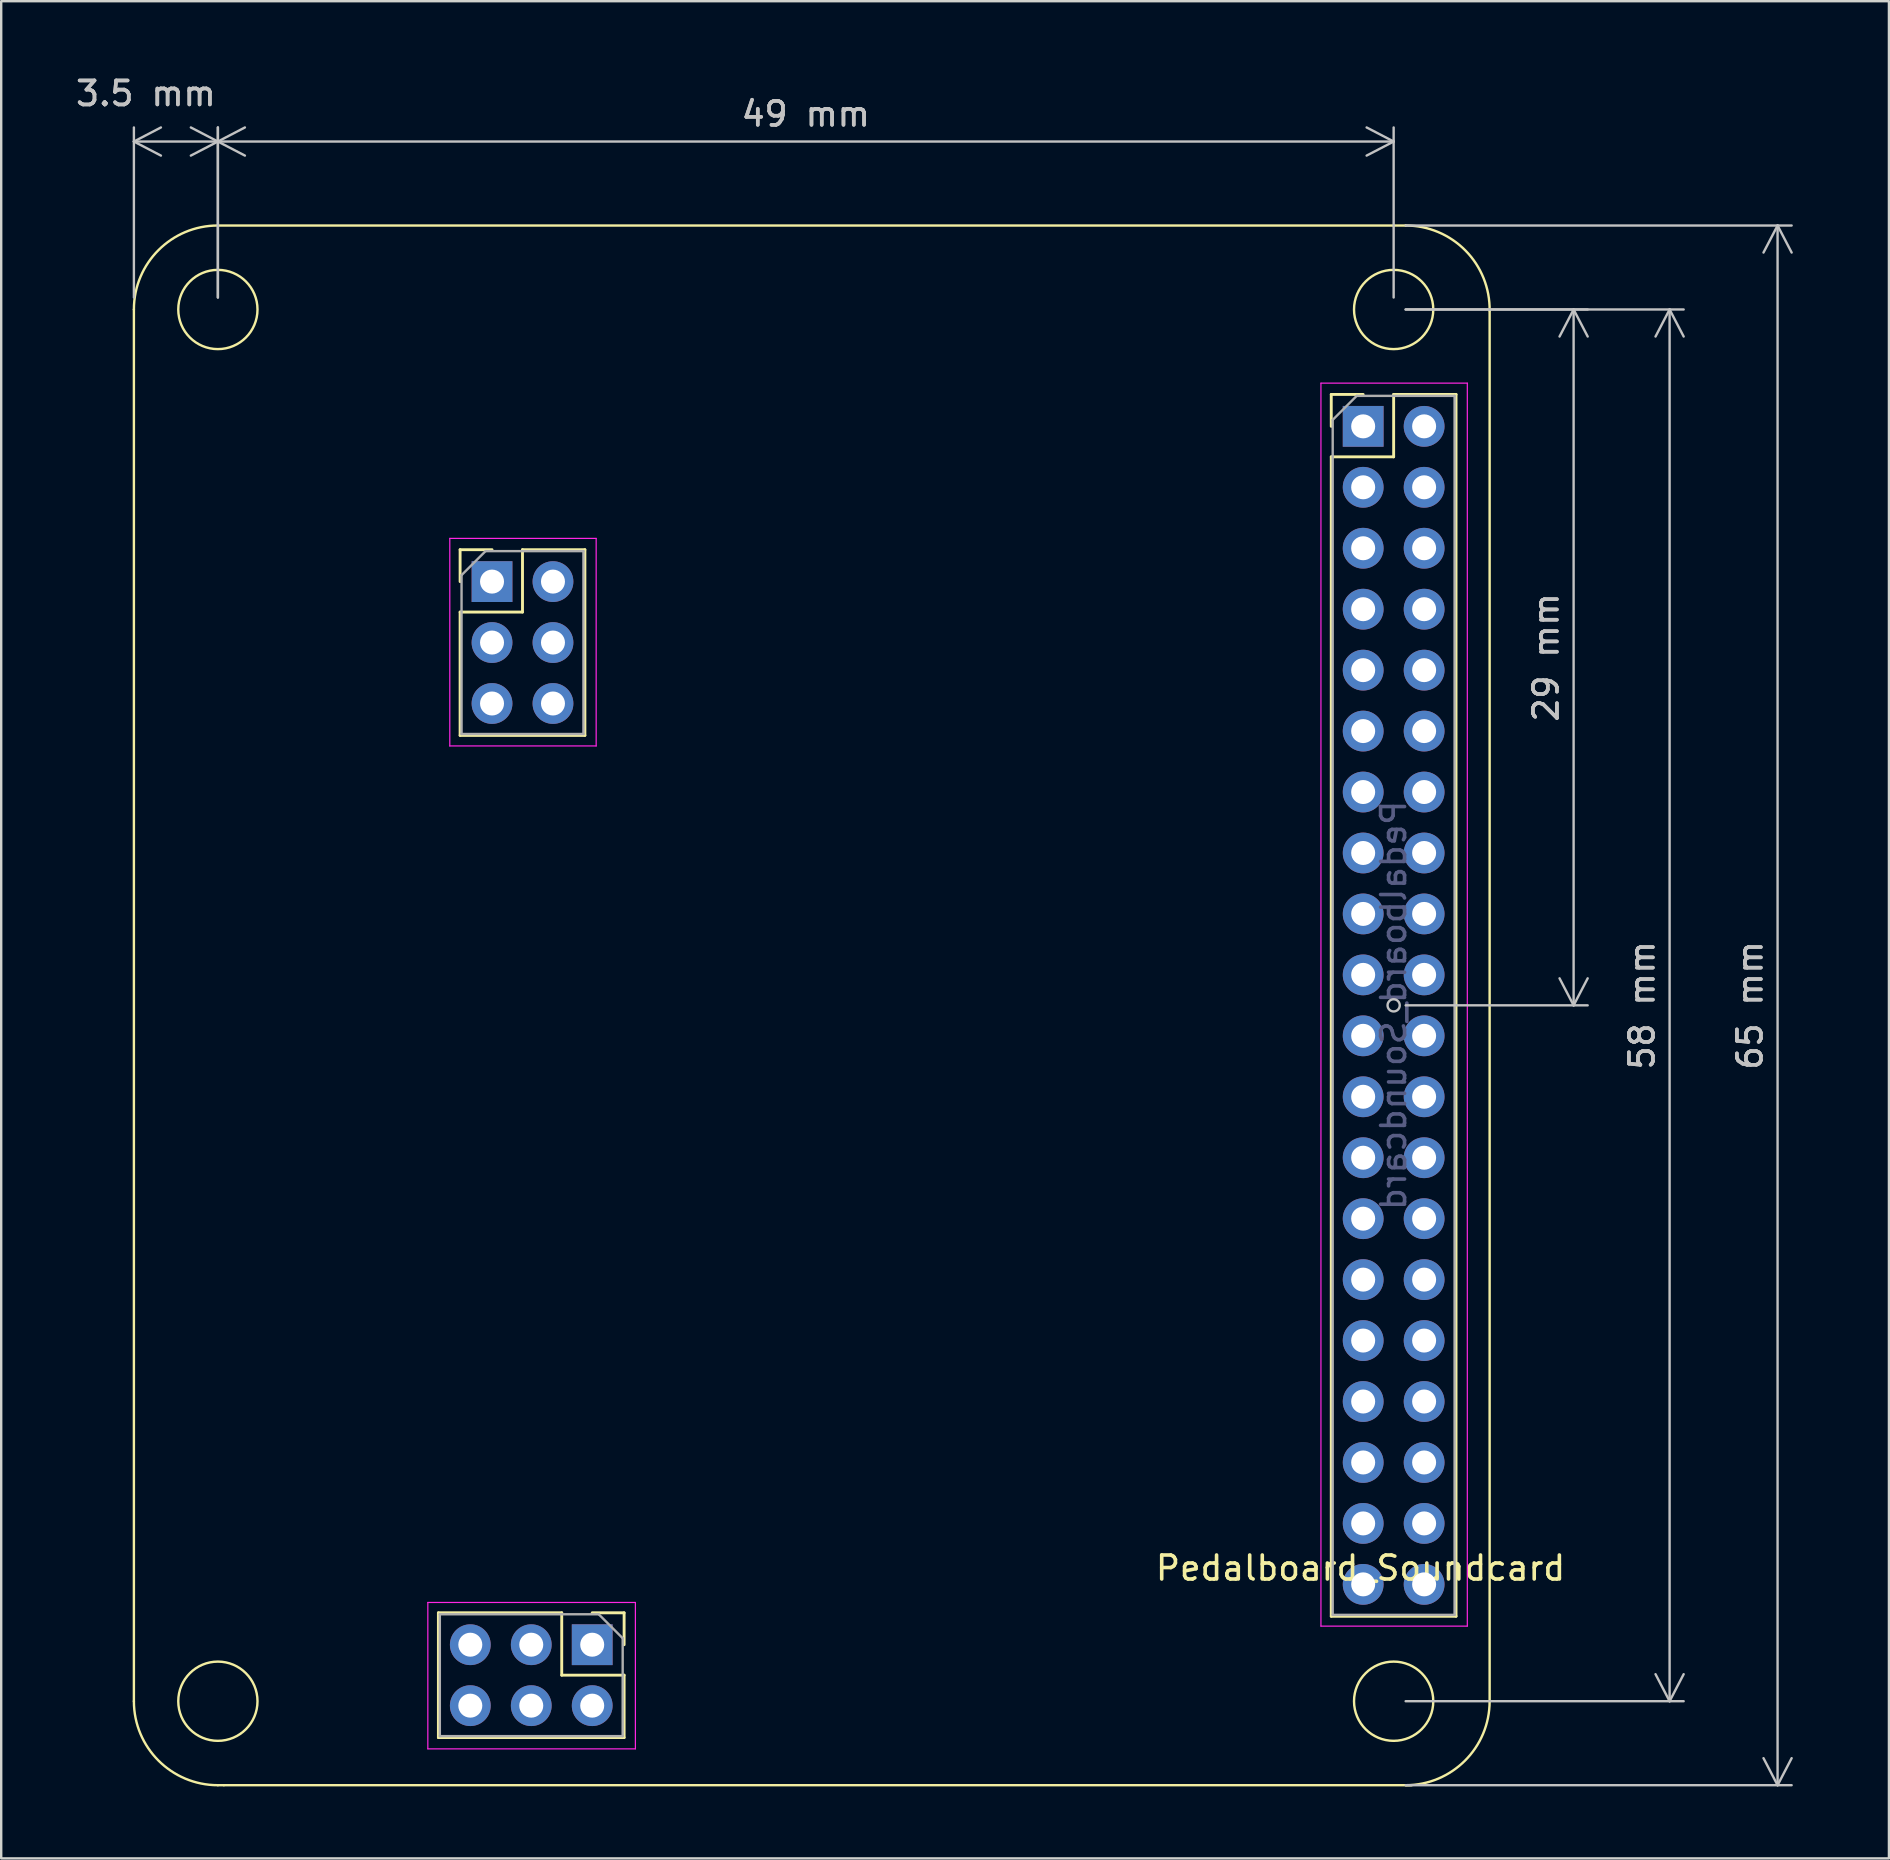
<source format=kicad_pcb>
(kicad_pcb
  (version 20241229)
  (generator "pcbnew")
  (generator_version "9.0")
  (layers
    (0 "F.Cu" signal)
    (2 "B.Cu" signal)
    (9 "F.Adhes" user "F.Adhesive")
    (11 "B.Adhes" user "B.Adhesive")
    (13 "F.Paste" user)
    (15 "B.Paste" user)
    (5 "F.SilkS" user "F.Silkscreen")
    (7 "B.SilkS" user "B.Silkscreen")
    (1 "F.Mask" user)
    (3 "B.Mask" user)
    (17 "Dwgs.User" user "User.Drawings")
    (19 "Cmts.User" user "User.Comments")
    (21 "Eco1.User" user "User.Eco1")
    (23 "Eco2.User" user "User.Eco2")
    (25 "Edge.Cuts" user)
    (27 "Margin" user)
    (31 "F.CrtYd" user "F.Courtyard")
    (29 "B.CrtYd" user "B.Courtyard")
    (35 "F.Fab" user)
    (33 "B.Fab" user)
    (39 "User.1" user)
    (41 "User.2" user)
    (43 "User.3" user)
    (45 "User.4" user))
  (footprint "Pedalboard_Soundcard"
    (layer "F.Cu")
    (at 53.76 14.718)
    (property "Reference" "Pedalboard_Soundcard" (at -0.11 47.581 180) (layer "F.SilkS") (effects (font (size 1 1) (thickness 0.15))))
    (attr through_hole)
    (fp_line (start -51.23 -4.87) (end -51.23 53.13) (stroke (width 0.1) (type default)) (layer "F.SilkS"))
    (fp_line (start -47.48 56.63) (end -47.73 56.63) (stroke (width 0.1) (type default)) (layer "F.SilkS"))
    (fp_line (start -38.54 54.645) (end -38.54 49.445) (stroke (width 0.12) (type solid)) (layer "F.SilkS"))
    (fp_line (start -37.635 5.14) (end -37.635 6.47) (stroke (width 0.12) (type solid)) (layer "F.SilkS"))
    (fp_line (start -37.635 7.74) (end -37.635 12.88) (stroke (width 0.12) (type solid)) (layer "F.SilkS"))
    (fp_line (start -36.305 5.14) (end -37.635 5.14) (stroke (width 0.12) (type solid)) (layer "F.SilkS"))
    (fp_line (start -35.035 5.14) (end -35.035 7.74) (stroke (width 0.12) (type solid)) (layer "F.SilkS"))
    (fp_line (start -35.035 7.74) (end -37.635 7.74) (stroke (width 0.12) (type solid)) (layer "F.SilkS"))
    (fp_line (start -33.4 49.445) (end -38.54 49.445) (stroke (width 0.12) (type solid)) (layer "F.SilkS"))
    (fp_line (start -33.4 52.045) (end -33.4 49.445) (stroke (width 0.12) (type solid)) (layer "F.SilkS"))
    (fp_line (start -32.435 5.14) (end -35.035 5.14) (stroke (width 0.12) (type solid)) (layer "F.SilkS"))
    (fp_line (start -32.435 5.14) (end -32.435 12.88) (stroke (width 0.12) (type solid)) (layer "F.SilkS"))
    (fp_line (start -32.435 12.88) (end -37.635 12.88) (stroke (width 0.12) (type solid)) (layer "F.SilkS"))
    (fp_line (start -30.8 49.445) (end -32.13 49.445) (stroke (width 0.12) (type solid)) (layer "F.SilkS"))
    (fp_line (start -30.8 50.775) (end -30.8 49.445) (stroke (width 0.12) (type solid)) (layer "F.SilkS"))
    (fp_line (start -30.8 52.045) (end -33.4 52.045) (stroke (width 0.12) (type solid)) (layer "F.SilkS"))
    (fp_line (start -30.8 54.645) (end -38.54 54.645) (stroke (width 0.12) (type solid)) (layer "F.SilkS"))
    (fp_line (start -30.8 54.645) (end -30.8 52.045) (stroke (width 0.12) (type solid)) (layer "F.SilkS"))
    (fp_line (start -1.33 -1.33) (end -1.33 0) (stroke (width 0.12) (type solid)) (layer "F.SilkS"))
    (fp_line (start -1.33 1.27) (end -1.33 49.59) (stroke (width 0.12) (type solid)) (layer "F.SilkS"))
    (fp_line (start 0 -1.33) (end -1.33 -1.33) (stroke (width 0.12) (type solid)) (layer "F.SilkS"))
    (fp_line (start 1.27 -8.37) (end -47.73 -8.37) (stroke (width 0.1) (type default)) (layer "F.SilkS"))
    (fp_line (start 1.27 -8.37) (end 1.77 -8.37) (stroke (width 0.1) (type default)) (layer "F.SilkS"))
    (fp_line (start 1.27 -1.33) (end 1.27 1.27) (stroke (width 0.12) (type solid)) (layer "F.SilkS"))
    (fp_line (start 1.27 1.27) (end -1.33 1.27) (stroke (width 0.12) (type solid)) (layer "F.SilkS"))
    (fp_line (start 2.02 56.63) (end -47.48 56.63) (stroke (width 0.1) (type default)) (layer "F.SilkS"))
    (fp_line (start 3.87 -1.33) (end 1.27 -1.33) (stroke (width 0.12) (type solid)) (layer "F.SilkS"))
    (fp_line (start 3.87 -1.33) (end 3.87 49.59) (stroke (width 0.12) (type solid)) (layer "F.SilkS"))
    (fp_line (start 3.87 49.59) (end -1.33 49.59) (stroke (width 0.12) (type solid)) (layer "F.SilkS"))
    (fp_line (start 5.27 53.13) (end 5.27 -4.82) (stroke (width 0.1) (type default)) (layer "F.SilkS"))
    (fp_arc (start -51.23 -4.87) (mid -50.204874 -7.344874) (end -47.73 -8.37) (stroke (width 0.1) (type default)) (layer "F.SilkS"))
    (fp_arc (start -47.73 56.63) (mid -50.204874 55.604874) (end -51.23 53.13) (stroke (width 0.1) (type default)) (layer "F.SilkS"))
    (fp_arc (start 1.77 -8.370357) (mid 4.262741 -7.327385) (end 5.27 -4.82) (stroke (width 0.1) (type default)) (layer "F.SilkS"))
    (fp_arc (start 5.27 53.13) (mid 4.244874 55.604874) (end 1.77 56.63) (stroke (width 0.1) (type default)) (layer "F.SilkS"))
    (fp_circle (center -47.73 -4.87) (end -49.381 -4.87) (stroke (width 0.1) (type default)) (fill no) (layer "F.SilkS"))
    (fp_circle (center -47.73 53.13) (end -49.381 53.13) (stroke (width 0.1) (type default)) (fill no) (layer "F.SilkS"))
    (fp_circle (center 1.27 -4.87) (end -0.381 -4.87) (stroke (width 0.1) (type default)) (fill no) (layer "F.SilkS"))
    (fp_circle (center 1.27 53.13) (end -0.381 53.13) (stroke (width 0.1) (type default)) (fill no) (layer "F.SilkS"))
    (fp_circle (center 0 25.4) (end 0 25.4) (stroke (width 0.1) (type default)) (fill no) (layer "B.SilkS"))
    (fp_circle (center 1.27 24.13) (end 1.016 24.13) (stroke (width 0.1) (type default)) (fill no) (layer "Dwgs.User"))
    (fp_line (start -38.98 49.015) (end -38.98 55.115) (stroke (width 0.05) (type solid)) (layer "F.CrtYd"))
    (fp_line (start -38.98 55.115) (end -30.33 55.115) (stroke (width 0.05) (type solid)) (layer "F.CrtYd"))
    (fp_line (start -38.065 4.67) (end -38.065 13.32) (stroke (width 0.05) (type solid)) (layer "F.CrtYd"))
    (fp_line (start -38.065 13.32) (end -31.965 13.32) (stroke (width 0.05) (type solid)) (layer "F.CrtYd"))
    (fp_line (start -31.965 4.67) (end -38.065 4.67) (stroke (width 0.05) (type solid)) (layer "F.CrtYd"))
    (fp_line (start -31.965 13.32) (end -31.965 4.67) (stroke (width 0.05) (type solid)) (layer "F.CrtYd"))
    (fp_line (start -30.33 49.015) (end -38.98 49.015) (stroke (width 0.05) (type solid)) (layer "F.CrtYd"))
    (fp_line (start -30.33 55.115) (end -30.33 49.015) (stroke (width 0.05) (type solid)) (layer "F.CrtYd"))
    (fp_line (start -1.76 -1.8) (end -1.76 50) (stroke (width 0.05) (type solid)) (layer "F.CrtYd"))
    (fp_line (start -1.76 50) (end 4.34 50) (stroke (width 0.05) (type solid)) (layer "F.CrtYd"))
    (fp_line (start 4.34 -1.8) (end -1.76 -1.8) (stroke (width 0.05) (type solid)) (layer "F.CrtYd"))
    (fp_line (start 4.34 50) (end 4.34 -1.8) (stroke (width 0.05) (type solid)) (layer "F.CrtYd"))
    (fp_line (start -38.48 49.505) (end -38.48 54.585) (stroke (width 0.1) (type solid)) (layer "F.Fab"))
    (fp_line (start -38.48 54.585) (end -30.86 54.585) (stroke (width 0.1) (type solid)) (layer "F.Fab"))
    (fp_line (start -37.575 6.2) (end -37.575 12.82) (stroke (width 0.1) (type solid)) (layer "F.Fab"))
    (fp_line (start -37.575 12.82) (end -32.495 12.82) (stroke (width 0.1) (type solid)) (layer "F.Fab"))
    (fp_line (start -36.575 5.2) (end -37.575 6.2) (stroke (width 0.1) (type solid)) (layer "F.Fab"))
    (fp_line (start -32.495 5.2) (end -36.575 5.2) (stroke (width 0.1) (type solid)) (layer "F.Fab"))
    (fp_line (start -32.495 12.82) (end -32.495 5.2) (stroke (width 0.1) (type solid)) (layer "F.Fab"))
    (fp_line (start -31.86 49.505) (end -38.48 49.505) (stroke (width 0.1) (type solid)) (layer "F.Fab"))
    (fp_line (start -30.86 50.505) (end -31.86 49.505) (stroke (width 0.1) (type solid)) (layer "F.Fab"))
    (fp_line (start -30.86 54.585) (end -30.86 50.505) (stroke (width 0.1) (type solid)) (layer "F.Fab"))
    (fp_line (start -1.27 -0.27) (end -1.27 49.53) (stroke (width 0.1) (type solid)) (layer "F.Fab"))
    (fp_line (start -1.27 49.53) (end 3.81 49.53) (stroke (width 0.1) (type solid)) (layer "F.Fab"))
    (fp_line (start -0.27 -1.27) (end -1.27 -0.27) (stroke (width 0.1) (type solid)) (layer "F.Fab"))
    (fp_line (start 3.81 -1.27) (end -0.27 -1.27) (stroke (width 0.1) (type solid)) (layer "F.Fab"))
    (fp_line (start 3.81 49.53) (end 3.81 -1.27) (stroke (width 0.1) (type solid)) (layer "F.Fab"))
    (fp_text user "${REFERENCE}" (at 1.27 24.13 270) (layer "B.Fab") (effects (font (size 1 1) (thickness 0.15)) (justify mirror)))
    (dimension (type aligned) (layer "Dwgs.User") (pts (xy 55.03 9.848) (xy 6.03 9.848)) (height 7) (format (prefix "") (suffix "") (units 3) (units_format 1) (precision 4) (suppress_zeroes yes)) (style (thickness 0.1) (arrow_length 1.27) (text_position_mode 0) (arrow_direction outward) (extension_height 0.586) (extension_offset 0.5) (keep_text_aligned yes)) (gr_text "49 mm" (at 30.53 1.698 0) (layer "Dwgs.User") (effects (font (size 1 1) (thickness 0.15)))))
    (dimension (type aligned) (layer "Dwgs.User") (pts (xy 6.03 9.848) (xy 2.53 9.848)) (height 7) (format (prefix "") (suffix "") (units 3) (units_format 1) (precision 4) (suppress_zeroes yes)) (style (thickness 0.1) (arrow_length 1.27) (text_position_mode 2) (arrow_direction outward) (extension_height 0.586) (extension_offset 0.5) (keep_text_aligned yes)) (gr_text "3.5 mm" (at 3.03 0.848 0) (layer "Dwgs.User") (effects (font (size 1 1) (thickness 0.15)))))
    (dimension (type aligned) (layer "Dwgs.User") (pts (xy 55.03 71.348) (xy 55.03 6.348)) (height 16) (format (prefix "") (suffix "") (units 3) (units_format 1) (precision 4) (suppress_zeroes yes)) (style (thickness 0.1) (arrow_length 1.27) (text_position_mode 0) (arrow_direction outward) (extension_height 0.586) (extension_offset 0.5) (keep_text_aligned yes)) (gr_text "65 mm" (at 69.88 38.848 90) (layer "Dwgs.User") (effects (font (size 1 1) (thickness 0.15)))))
    (dimension (type aligned) (layer "Dwgs.User") (pts (xy 55.03 9.848) (xy 55.03 67.848)) (height -11.5) (format (prefix "") (suffix "") (units 3) (units_format 1) (precision 4) (suppress_zeroes yes)) (style (thickness 0.1) (arrow_length 1.27) (text_position_mode 0) (arrow_direction outward) (extension_height 0.586) (extension_offset 0.5) (keep_text_aligned yes)) (gr_text "58 mm" (at 65.38 38.848 90) (layer "Dwgs.User") (effects (font (size 1 1) (thickness 0.15)))))
    (dimension (type aligned) (layer "Dwgs.User") (pts (xy 55.03 38.848) (xy 55.03 9.848)) (height 7.5) (format (prefix "") (suffix "") (units 3) (units_format 1) (precision 4) (suppress_zeroes yes)) (style (thickness 0.1) (arrow_length 1.27) (text_position_mode 0) (arrow_direction outward) (extension_height 0.586) (extension_offset 0.5) (keep_text_aligned yes)) (gr_text "29 mm" (at 61.38 24.348 90) (layer "Dwgs.User") (effects (font (size 1 1) (thickness 0.15)))))
    (pad "1" thru_hole rect (at 0 0) (size 1.7 1.7) (drill 1) (layers "*.Cu" "*.Mask"))
    (pad "2" thru_hole oval (at 2.54 0) (size 1.7 1.7) (drill 1) (layers "*.Cu" "*.Mask"))
    (pad "3" thru_hole oval (at 0 2.54) (size 1.7 1.7) (drill 1) (layers "*.Cu" "*.Mask"))
    (pad "4" thru_hole oval (at 2.54 2.54) (size 1.7 1.7) (drill 1) (layers "*.Cu" "*.Mask"))
    (pad "5" thru_hole oval (at 0 5.08) (size 1.7 1.7) (drill 1) (layers "*.Cu" "*.Mask"))
    (pad "6" thru_hole oval (at 2.54 5.08) (size 1.7 1.7) (drill 1) (layers "*.Cu" "*.Mask"))
    (pad "7" thru_hole oval (at 0 7.62) (size 1.7 1.7) (drill 1) (layers "*.Cu" "*.Mask"))
    (pad "8" thru_hole oval (at 2.54 7.62) (size 1.7 1.7) (drill 1) (layers "*.Cu" "*.Mask"))
    (pad "9" thru_hole oval (at 0 10.16) (size 1.7 1.7) (drill 1) (layers "*.Cu" "*.Mask"))
    (pad "10" thru_hole oval (at 2.54 10.16) (size 1.7 1.7) (drill 1) (layers "*.Cu" "*.Mask"))
    (pad "11" thru_hole oval (at 0 12.7) (size 1.7 1.7) (drill 1) (layers "*.Cu" "*.Mask"))
    (pad "12" thru_hole oval (at 2.54 12.7) (size 1.7 1.7) (drill 1) (layers "*.Cu" "*.Mask"))
    (pad "13" thru_hole oval (at 0 15.24) (size 1.7 1.7) (drill 1) (layers "*.Cu" "*.Mask"))
    (pad "14" thru_hole oval (at 2.54 15.24) (size 1.7 1.7) (drill 1) (layers "*.Cu" "*.Mask"))
    (pad "15" thru_hole oval (at 0 17.78) (size 1.7 1.7) (drill 1) (layers "*.Cu" "*.Mask"))
    (pad "16" thru_hole oval (at 2.54 17.78) (size 1.7 1.7) (drill 1) (layers "*.Cu" "*.Mask"))
    (pad "17" thru_hole oval (at 0 20.32) (size 1.7 1.7) (drill 1) (layers "*.Cu" "*.Mask"))
    (pad "18" thru_hole oval (at 2.54 20.32) (size 1.7 1.7) (drill 1) (layers "*.Cu" "*.Mask"))
    (pad "19" thru_hole oval (at 0 22.86) (size 1.7 1.7) (drill 1) (layers "*.Cu" "*.Mask"))
    (pad "20" thru_hole oval (at 2.54 22.86) (size 1.7 1.7) (drill 1) (layers "*.Cu" "*.Mask"))
    (pad "21" thru_hole oval (at 0 25.4) (size 1.7 1.7) (drill 1) (layers "*.Cu" "*.Mask"))
    (pad "22" thru_hole oval (at 2.54 25.4) (size 1.7 1.7) (drill 1) (layers "*.Cu" "*.Mask"))
    (pad "23" thru_hole oval (at 0 27.94) (size 1.7 1.7) (drill 1) (layers "*.Cu" "*.Mask"))
    (pad "24" thru_hole oval (at 2.54 27.94) (size 1.7 1.7) (drill 1) (layers "*.Cu" "*.Mask"))
    (pad "25" thru_hole oval (at 0 30.48) (size 1.7 1.7) (drill 1) (layers "*.Cu" "*.Mask"))
    (pad "26" thru_hole oval (at 2.54 30.48) (size 1.7 1.7) (drill 1) (layers "*.Cu" "*.Mask"))
    (pad "27" thru_hole oval (at 0 33.02) (size 1.7 1.7) (drill 1) (layers "*.Cu" "*.Mask"))
    (pad "28" thru_hole oval (at 2.54 33.02) (size 1.7 1.7) (drill 1) (layers "*.Cu" "*.Mask"))
    (pad "29" thru_hole oval (at 0 35.56) (size 1.7 1.7) (drill 1) (layers "*.Cu" "*.Mask"))
    (pad "30" thru_hole oval (at 2.54 35.56) (size 1.7 1.7) (drill 1) (layers "*.Cu" "*.Mask"))
    (pad "31" thru_hole oval (at 0 38.1) (size 1.7 1.7) (drill 1) (layers "*.Cu" "*.Mask"))
    (pad "32" thru_hole oval (at 2.54 38.1) (size 1.7 1.7) (drill 1) (layers "*.Cu" "*.Mask"))
    (pad "33" thru_hole oval (at 0 40.64) (size 1.7 1.7) (drill 1) (layers "*.Cu" "*.Mask"))
    (pad "34" thru_hole oval (at 2.54 40.64) (size 1.7 1.7) (drill 1) (layers "*.Cu" "*.Mask"))
    (pad "35" thru_hole oval (at 0 43.18) (size 1.7 1.7) (drill 1) (layers "*.Cu" "*.Mask"))
    (pad "36" thru_hole oval (at 2.54 43.18) (size 1.7 1.7) (drill 1) (layers "*.Cu" "*.Mask"))
    (pad "37" thru_hole oval (at 0 45.72) (size 1.7 1.7) (drill 1) (layers "*.Cu" "*.Mask"))
    (pad "38" thru_hole oval (at 2.54 45.72) (size 1.7 1.7) (drill 1) (layers "*.Cu" "*.Mask"))
    (pad "39" thru_hole oval (at 0 48.26) (size 1.7 1.7) (drill 1) (layers "*.Cu" "*.Mask"))
    (pad "40" thru_hole oval (at 2.54 48.26) (size 1.7 1.7) (drill 1) (layers "*.Cu" "*.Mask"))
    (pad "41" thru_hole rect (at -36.305 6.47) (size 1.7 1.7) (drill 1) (layers "*.Cu" "*.Mask"))
    (pad "42" thru_hole oval (at -33.765 6.47) (size 1.7 1.7) (drill 1) (layers "*.Cu" "*.Mask"))
    (pad "43" thru_hole oval (at -36.305 9.01) (size 1.7 1.7) (drill 1) (layers "*.Cu" "*.Mask"))
    (pad "44" thru_hole oval (at -33.765 9.01) (size 1.7 1.7) (drill 1) (layers "*.Cu" "*.Mask"))
    (pad "45" thru_hole oval (at -36.305 11.55) (size 1.7 1.7) (drill 1) (layers "*.Cu" "*.Mask"))
    (pad "46" thru_hole oval (at -33.765 11.55) (size 1.7 1.7) (drill 1) (layers "*.Cu" "*.Mask"))
    (pad "47" thru_hole rect (at -32.13 50.775 270) (size 1.7 1.7) (drill 1) (layers "*.Cu" "*.Mask"))
    (pad "48" thru_hole oval (at -32.13 53.315 270) (size 1.7 1.7) (drill 1) (layers "*.Cu" "*.Mask"))
    (pad "49" thru_hole oval (at -34.67 50.775 270) (size 1.7 1.7) (drill 1) (layers "*.Cu" "*.Mask"))
    (pad "50" thru_hole oval (at -34.67 53.315 270) (size 1.7 1.7) (drill 1) (layers "*.Cu" "*.Mask"))
    (pad "51" thru_hole oval (at -37.21 50.775 270) (size 1.7 1.7) (drill 1) (layers "*.Cu" "*.Mask"))
    (pad "52" thru_hole oval (at -37.21 53.315 270) (size 1.7 1.7) (drill 1) (layers "*.Cu" "*.Mask")))
  (gr_rect
    (start -3 -3)
    (end 75.671 74.398)
    (stroke (width 0.1) (type default))
    (fill no)
    (layer "Edge.Cuts")))
</source>
